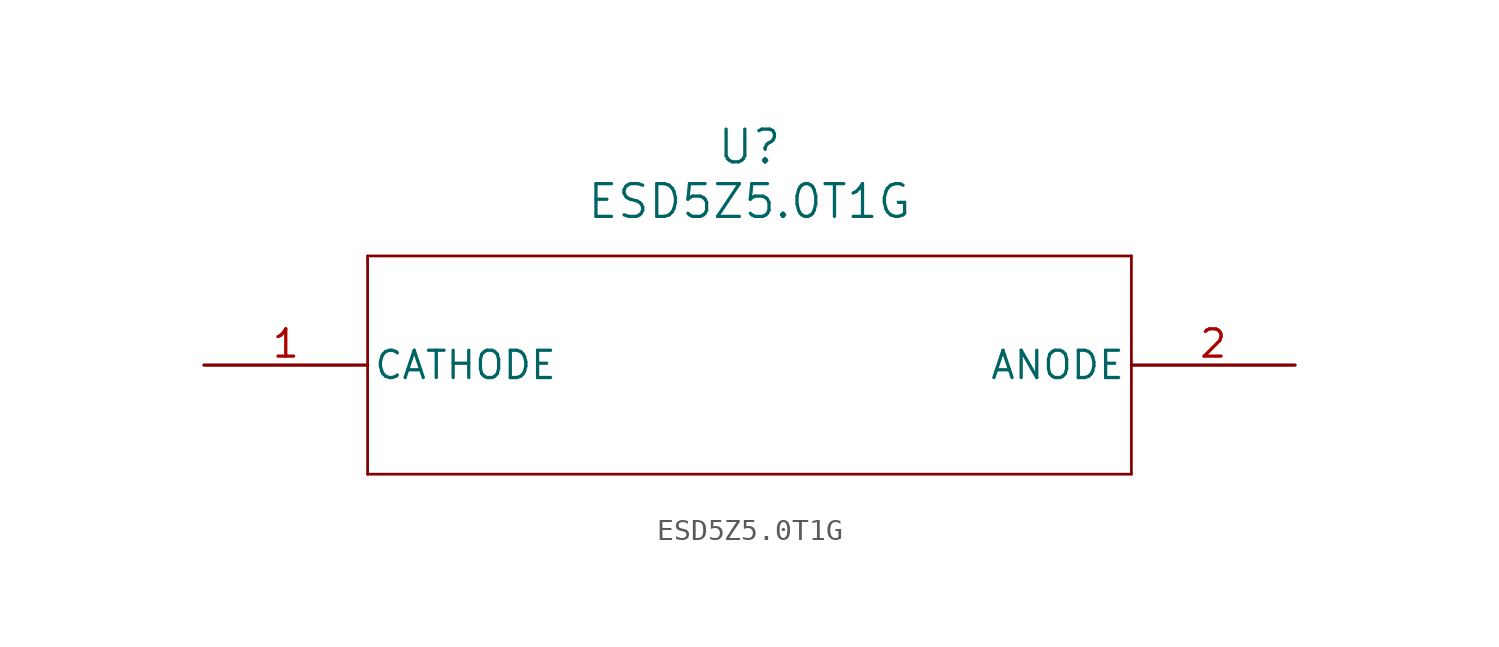
<source format=kicad_sym>
(kicad_symbol_lib
  (version 20211014)
  (generator kicad_symbol_editor)
  (symbol "ESD5Z5.0T1G"
    (pin_names
      (offset 0.254))
    (property "Reference" "U"
      (at 25.4 10.16 0)
      (effects (font (size 1.524 1.524))))
    (property "Value" "ESD5Z5.0T1G"
      (at 25.4 7.62 0)
      (effects (font (size 1.524 1.524))))
    (symbol "ESD5Z5.0T1G_0_1"
      (polyline (pts (xy 7.62 5.08) (xy 7.62 -5.08)) (stroke (width 0.127) (type default) (color 0 0 0 0)) (fill (type none)))
      (polyline (pts (xy 7.62 -5.08) (xy 43.18 -5.08)) (stroke (width 0.127) (type default) (color 0 0 0 0)) (fill (type none)))
      (polyline (pts (xy 43.18 -5.08) (xy 43.18 5.08)) (stroke (width 0.127) (type default) (color 0 0 0 0)) (fill (type none)))
      (polyline (pts (xy 43.18 5.08) (xy 7.62 5.08)) (stroke (width 0.127) (type default) (color 0 0 0 0)) (fill (type none)))
      (pin unspecified line (at 0 0 0) (length 7.62) (name "CATHODE" (effects (font (size 1.27 1.27)))) (number "1" (effects (font (size 1.27 1.27)))))
      (pin unspecified line (at 50.8 0 180) (length 7.62) (name "ANODE" (effects (font (size 1.27 1.27)))) (number "2" (effects (font (size 1.27 1.27))))))))
</source>
